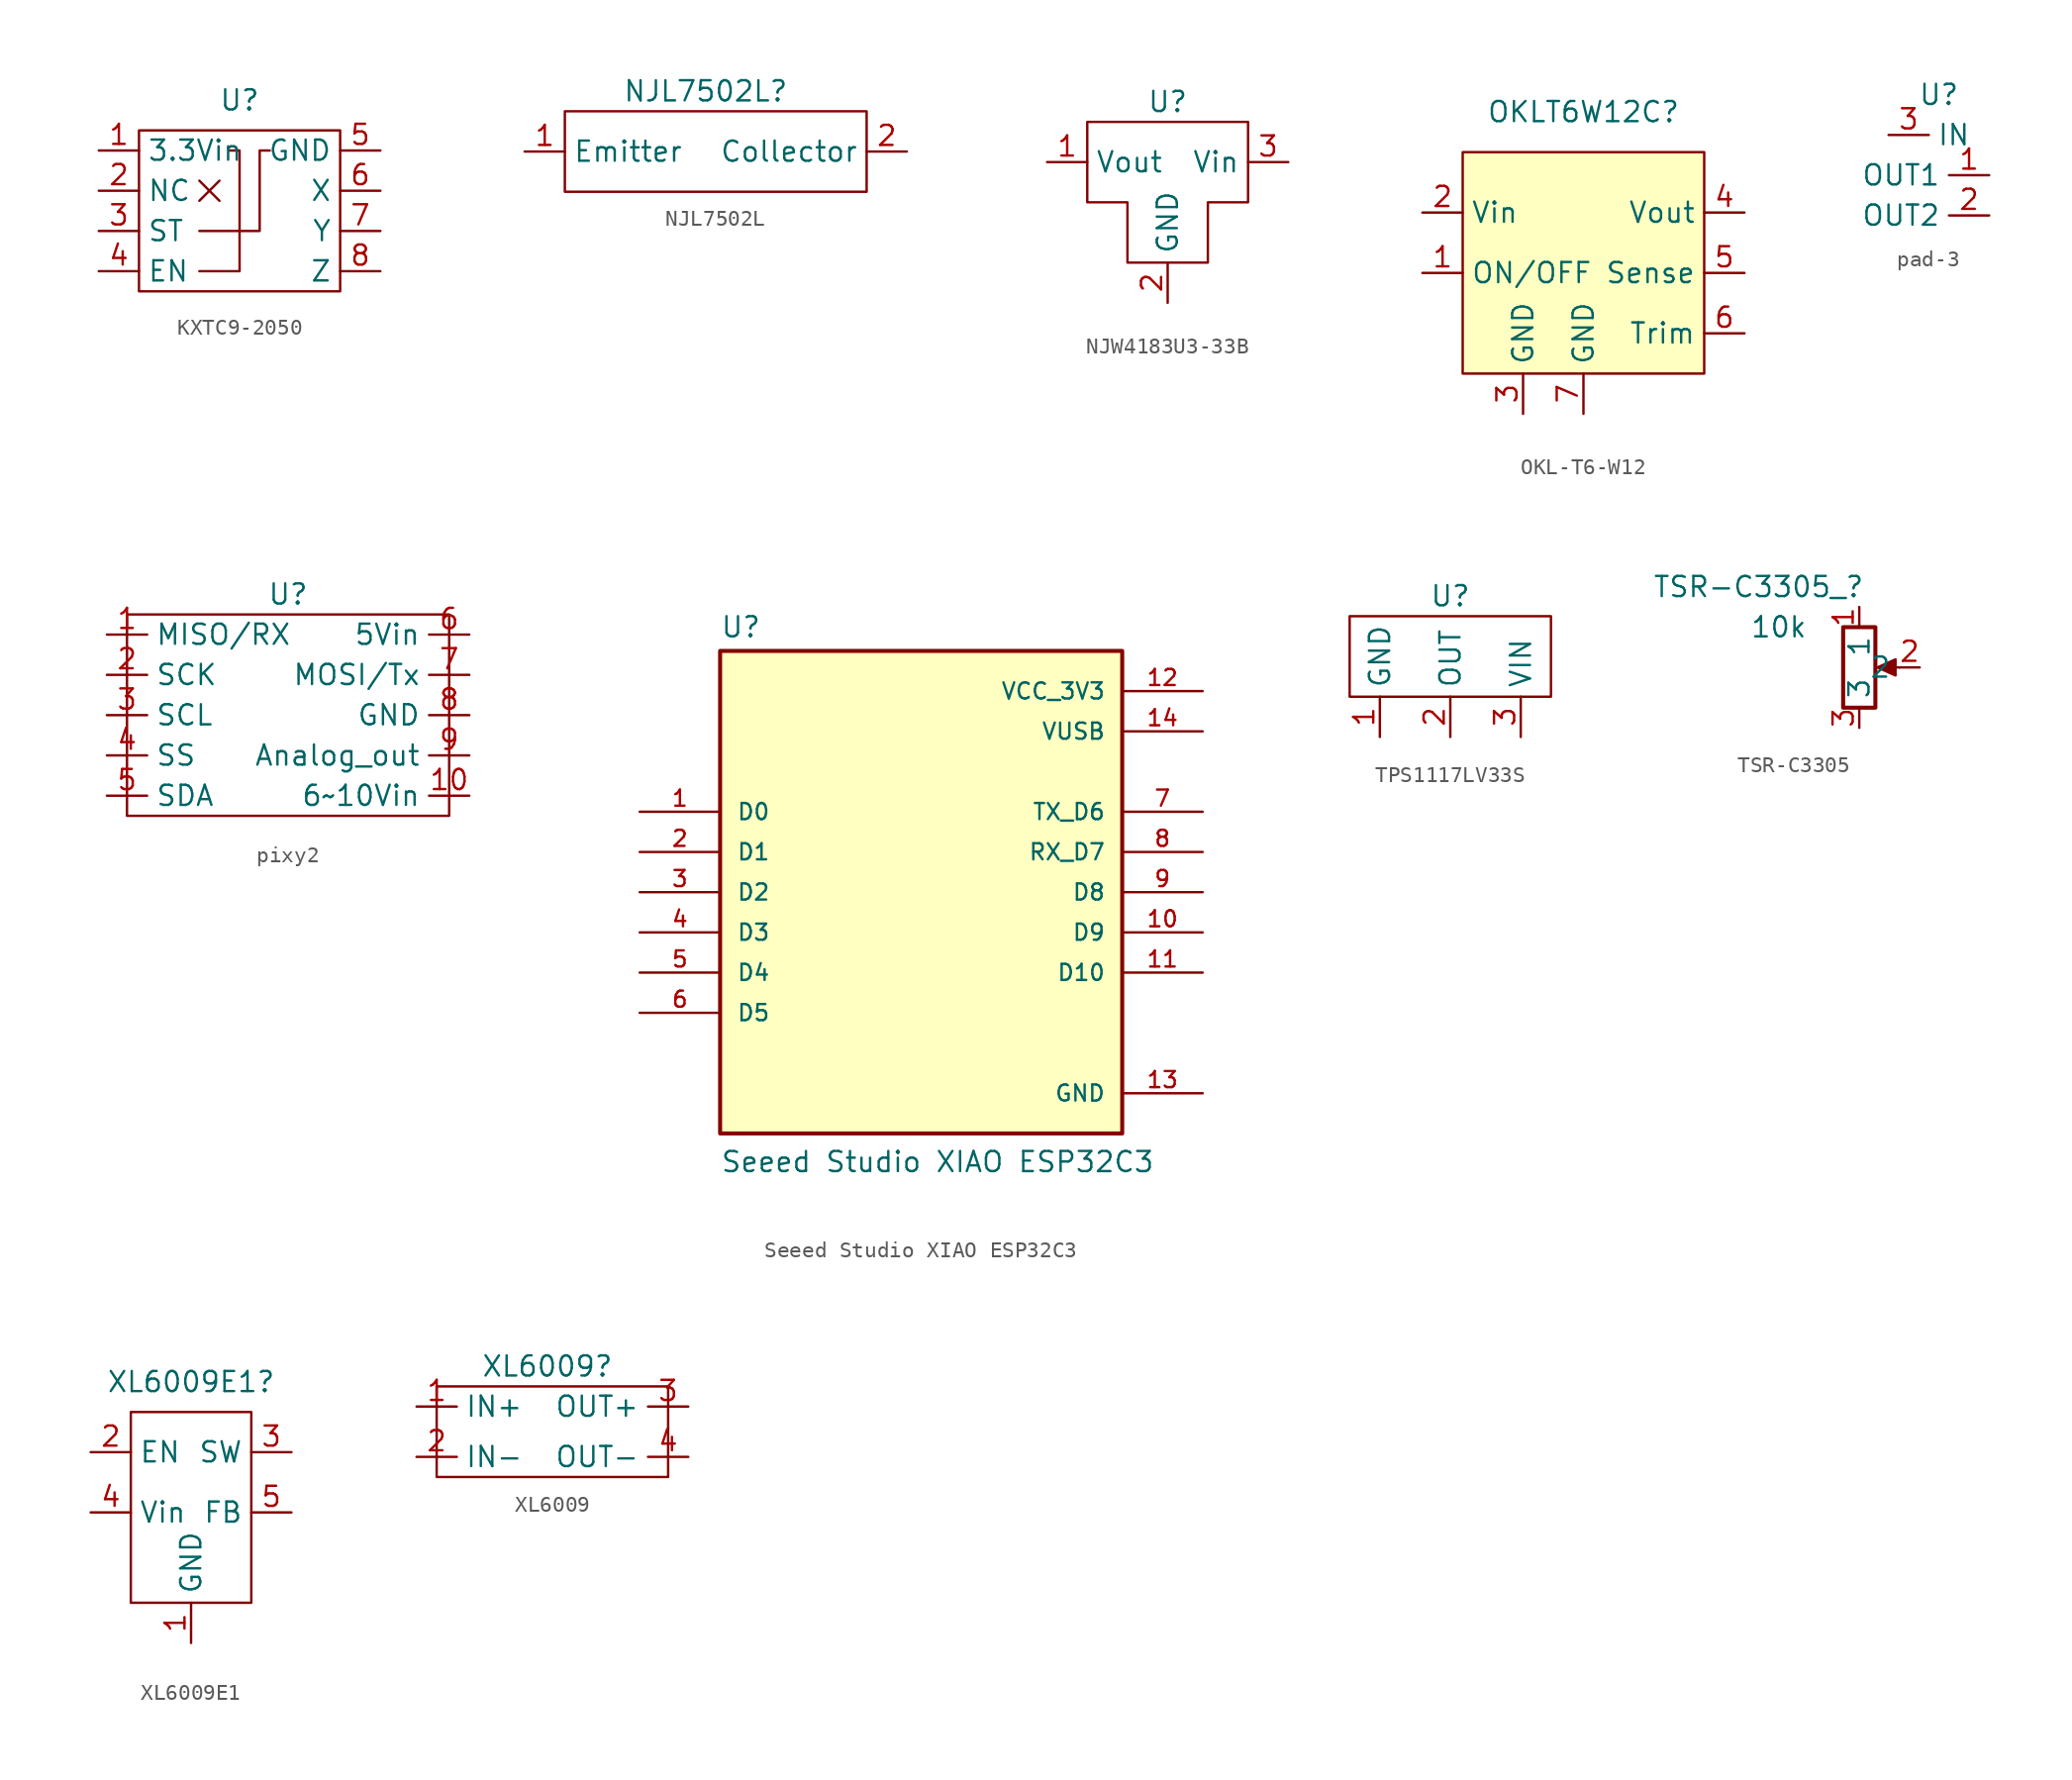
<source format=kicad_sym>
(kicad_symbol_lib
  (version 20231120)
  (generator "kicad_symbol_editor")
  (generator_version "8.0")
  (symbol "KXTC9-2050"
    (property "Reference" "U"
      (at 0 1.905 0)
      (effects (font (size 1.27 1.27))))
    (property "Value" ""
      (at 0 1.905 0)
      (effects (font (size 1.27 1.27))))
    (symbol "KXTC9-2050_0_1"
      (rectangle (start -6.35 0) (end 6.35 -10.16) (stroke (width 0) (type default)) (fill (type none)))
      (polyline (pts (xy -2.54 -4.445) (xy -1.27 -3.175)) (stroke (width 0) (type default)) (fill (type none)))
      (polyline (pts (xy -2.54 -3.175) (xy -1.27 -4.445)) (stroke (width 0) (type default)) (fill (type none)))
      (polyline (pts (xy -2.54 -8.89) (xy 0 -8.89) (xy 0 -1.27) (xy -0.635 -1.27)) (stroke (width 0) (type default)) (fill (type none)))
      (polyline (pts (xy -2.54 -6.35) (xy 1.27 -6.35) (xy 1.27 -1.27) (xy 1.905 -1.27)) (stroke (width 0) (type default)) (fill (type none))))
    (symbol "KXTC9-2050_1_1"
      (pin passive line (at -8.89 -1.27 0) (length 2.54) (name "3.3Vin" (effects (font (size 1.27 1.27)))) (number "1" (effects (font (size 1.27 1.27)))))
      (pin passive line (at -8.89 -3.81 0) (length 2.54) (name "NC" (effects (font (size 1.27 1.27)))) (number "2" (effects (font (size 1.27 1.27)))))
      (pin passive line (at -8.89 -6.35 0) (length 2.54) (name "ST" (effects (font (size 1.27 1.27)))) (number "3" (effects (font (size 1.27 1.27)))))
      (pin passive line (at -8.89 -8.89 0) (length 2.54) (name "EN" (effects (font (size 1.27 1.27)))) (number "4" (effects (font (size 1.27 1.27)))))
      (pin passive line (at 8.89 -1.27 180) (length 2.54) (name "GND" (effects (font (size 1.27 1.27)))) (number "5" (effects (font (size 1.27 1.27)))))
      (pin passive line (at 8.89 -3.81 180) (length 2.54) (name "X" (effects (font (size 1.27 1.27)))) (number "6" (effects (font (size 1.27 1.27)))))
      (pin passive line (at 8.89 -6.35 180) (length 2.54) (name "Y" (effects (font (size 1.27 1.27)))) (number "7" (effects (font (size 1.27 1.27)))))
      (pin passive line (at 8.89 -8.89 180) (length 2.54) (name "Z" (effects (font (size 1.27 1.27)))) (number "8" (effects (font (size 1.27 1.27)))))))
  (symbol "NJL7502L"
    (property "Reference" "NJL7502L"
      (at 0 3.81 0)
      (effects (font (size 1.27 1.27))))
    (property "Value" ""
      (at 0 0 0)
      (effects (font (size 1.27 1.27))))
    (symbol "NJL7502L_0_1"
      (rectangle (start -8.89 2.54) (end 10.16 -2.54) (stroke (width 0) (type default)) (fill (type none))))
    (symbol "NJL7502L_1_1"
      (pin passive line (at -11.43 0 0) (length 2.54) (name "Emitter" (effects (font (size 1.27 1.27)))) (number "1" (effects (font (size 1.27 1.27)))))
      (pin passive line (at 12.7 0 180) (length 2.54) (name "Collector" (effects (font (size 1.27 1.27)))) (number "2" (effects (font (size 1.27 1.27)))))))
  (symbol "NJW4183U3-33B"
    (property "Reference" "U"
      (at 0 1.27 0)
      (effects (font (size 1.27 1.27))))
    (property "Value" ""
      (at 0 0 0)
      (effects (font (size 1.27 1.27))))
    (symbol "NJW4183U3-33B_0_1"
      (polyline (pts (xy -5.08 0) (xy -5.08 -5.08) (xy -2.54 -5.08) (xy -2.54 -8.89) (xy 2.54 -8.89) (xy 2.54 -5.08) (xy 5.08 -5.08) (xy 5.08 0) (xy -5.08 0)) (stroke (width 0) (type default)) (fill (type none))))
    (symbol "NJW4183U3-33B_1_1"
      (pin passive line (at -7.62 -2.54 0) (length 2.54) (name "Vout" (effects (font (size 1.27 1.27)))) (number "1" (effects (font (size 1.27 1.27)))))
      (pin passive line (at 0 -11.43 90) (length 2.54) (name "GND" (effects (font (size 1.27 1.27)))) (number "2" (effects (font (size 1.27 1.27)))))
      (pin passive line (at 7.62 -2.54 180) (length 2.54) (name "Vin" (effects (font (size 1.27 1.27)))) (number "3" (effects (font (size 1.27 1.27)))))))
  (symbol "OKL-T6-W12"
    (property "Reference" "OKLT6W12C"
      (at 0 2.54 0)
      (effects (font (size 1.27 1.27))))
    (property "Value" ""
      (at 0 0 0)
      (effects (font (size 1.27 1.27))))
    (symbol "OKL-T6-W12_1_1"
      (rectangle (start -7.62 0) (end 7.62 -13.97) (stroke (width 0) (type default)) (fill (type background)))
      (pin passive line (at -10.16 -7.62 0) (length 2.54) (name "ON/OFF" (effects (font (size 1.27 1.27)))) (number "1" (effects (font (size 1.27 1.27)))))
      (pin passive line (at -10.16 -3.81 0) (length 2.54) (name "Vin" (effects (font (size 1.27 1.27)))) (number "2" (effects (font (size 1.27 1.27)))))
      (pin passive line (at -3.81 -16.51 90) (length 2.54) (name "GND" (effects (font (size 1.27 1.27)))) (number "3" (effects (font (size 1.27 1.27)))))
      (pin passive line (at 10.16 -3.81 180) (length 2.54) (name "Vout" (effects (font (size 1.27 1.27)))) (number "4" (effects (font (size 1.27 1.27)))))
      (pin passive line (at 10.16 -7.62 180) (length 2.54) (name "Sense" (effects (font (size 1.27 1.27)))) (number "5" (effects (font (size 1.27 1.27)))))
      (pin passive line (at 10.16 -11.43 180) (length 2.54) (name "Trim" (effects (font (size 1.27 1.27)))) (number "6" (effects (font (size 1.27 1.27)))))
      (pin passive line (at 0 -16.51 90) (length 2.54) (name "GND" (effects (font (size 1.27 1.27)))) (number "7" (effects (font (size 1.27 1.27)))))))
  (symbol "pad-3"
    (property "Reference" "U"
      (at 0 1.27 0)
      (effects (font (size 1.27 1.27))))
    (property "Value" ""
      (at 0 0 0)
      (effects (font (size 1.27 1.27))))
    (symbol "pad-3_1_1"
      (pin passive line (at 3.175 -3.81 180) (length 2.54) (name "OUT1" (effects (font (size 1.27 1.27)))) (number "1" (effects (font (size 1.27 1.27)))))
      (pin passive line (at 3.175 -6.35 180) (length 2.54) (name "OUT2" (effects (font (size 1.27 1.27)))) (number "2" (effects (font (size 1.27 1.27)))))
      (pin passive line (at -3.175 -1.27 0) (length 2.54) (name "IN" (effects (font (size 1.27 1.27)))) (number "3" (effects (font (size 1.27 1.27)))))))
  (symbol "pixy2"
    (property "Reference" "U"
      (at 0 1.27 0)
      (effects (font (size 1.27 1.27))))
    (property "Value" ""
      (at 0 0 0)
      (effects (font (size 1.27 1.27))))
    (symbol "pixy2_0_1"
      (rectangle (start -10.16 0) (end 10.16 -12.7) (stroke (width 0) (type default)) (fill (type none))))
    (symbol "pixy2_1_1"
      (pin passive line (at -11.43 -1.27 0) (length 2.54) (name "MISO/RX" (effects (font (size 1.27 1.27)))) (number "1" (effects (font (size 1.27 1.27)))))
      (pin passive line (at 11.43 -11.43 180) (length 2.54) (name "6~10Vin" (effects (font (size 1.27 1.27)))) (number "10" (effects (font (size 1.27 1.27)))))
      (pin passive line (at -11.43 -3.81 0) (length 2.54) (name "SCK" (effects (font (size 1.27 1.27)))) (number "2" (effects (font (size 1.27 1.27)))))
      (pin passive line (at -11.43 -6.35 0) (length 2.54) (name "SCL" (effects (font (size 1.27 1.27)))) (number "3" (effects (font (size 1.27 1.27)))))
      (pin passive line (at -11.43 -8.89 0) (length 2.54) (name "SS" (effects (font (size 1.27 1.27)))) (number "4" (effects (font (size 1.27 1.27)))))
      (pin passive line (at -11.43 -11.43 0) (length 2.54) (name "SDA" (effects (font (size 1.27 1.27)))) (number "5" (effects (font (size 1.27 1.27)))))
      (pin passive line (at 11.43 -1.27 180) (length 2.54) (name "5Vin" (effects (font (size 1.27 1.27)))) (number "6" (effects (font (size 1.27 1.27)))))
      (pin passive line (at 11.43 -3.81 180) (length 2.54) (name "MOSI/Tx" (effects (font (size 1.27 1.27)))) (number "7" (effects (font (size 1.27 1.27)))))
      (pin passive line (at 11.43 -6.35 180) (length 2.54) (name "GND" (effects (font (size 1.27 1.27)))) (number "8" (effects (font (size 1.27 1.27)))))
      (pin passive line (at 11.43 -8.89 180) (length 2.54) (name "Analog_out" (effects (font (size 1.27 1.27)))) (number "9" (effects (font (size 1.27 1.27)))))))
  (symbol "Seeed Studio XIAO ESP32C3"
    (pin_names
      (offset 1.016))
    (property "Reference" "U"
      (at -12.7 16.002 0)
      (effects (font (size 1.27 1.27)) (justify left bottom)))
    (property "Value" "Seeed Studio XIAO ESP32C3"
      (at -12.7 -17.78 0)
      (effects (font (size 1.27 1.27)) (justify left bottom)))
    (symbol "Seeed Studio XIAO ESP32C3_0_0"
      (rectangle (start -12.7 -15.24) (end 12.7 15.24) (stroke (width 0.254) (type default)) (fill (type background)))
      (pin bidirectional line (at -17.78 5.08 0) (length 5.08) (name "D0" (effects (font (size 1.016 1.016)))) (number "1" (effects (font (size 1.016 1.016)))))
      (pin bidirectional line (at 17.78 -2.54 180) (length 5.08) (name "D9" (effects (font (size 1.016 1.016)))) (number "10" (effects (font (size 1.016 1.016)))))
      (pin bidirectional line (at 17.78 -5.08 180) (length 5.08) (name "D10" (effects (font (size 1.016 1.016)))) (number "11" (effects (font (size 1.016 1.016)))))
      (pin power_in line (at 17.78 12.7 180) (length 5.08) (name "VCC_3V3" (effects (font (size 1.016 1.016)))) (number "12" (effects (font (size 1.016 1.016)))))
      (pin power_in line (at 17.78 -12.7 180) (length 5.08) (name "GND" (effects (font (size 1.016 1.016)))) (number "13" (effects (font (size 1.016 1.016)))))
      (pin power_in line (at 17.78 10.16 180) (length 5.08) (name "VUSB" (effects (font (size 1.016 1.016)))) (number "14" (effects (font (size 1.016 1.016)))))
      (pin bidirectional line (at -17.78 2.54 0) (length 5.08) (name "D1" (effects (font (size 1.016 1.016)))) (number "2" (effects (font (size 1.016 1.016)))))
      (pin bidirectional line (at -17.78 0 0) (length 5.08) (name "D2" (effects (font (size 1.016 1.016)))) (number "3" (effects (font (size 1.016 1.016)))))
      (pin bidirectional line (at -17.78 -2.54 0) (length 5.08) (name "D3" (effects (font (size 1.016 1.016)))) (number "4" (effects (font (size 1.016 1.016)))))
      (pin bidirectional line (at -17.78 -5.08 0) (length 5.08) (name "D4" (effects (font (size 1.016 1.016)))) (number "5" (effects (font (size 1.016 1.016)))))
      (pin bidirectional line (at -17.78 -7.62 0) (length 5.08) (name "D5" (effects (font (size 1.016 1.016)))) (number "6" (effects (font (size 1.016 1.016)))))
      (pin bidirectional line (at 17.78 5.08 180) (length 5.08) (name "TX_D6" (effects (font (size 1.016 1.016)))) (number "7" (effects (font (size 1.016 1.016)))))
      (pin bidirectional line (at 17.78 2.54 180) (length 5.08) (name "RX_D7" (effects (font (size 1.016 1.016)))) (number "8" (effects (font (size 1.016 1.016)))))
      (pin bidirectional line (at 17.78 0 180) (length 5.08) (name "D8" (effects (font (size 1.016 1.016)))) (number "9" (effects (font (size 1.016 1.016)))))))
  (symbol "TPS1117LV33S"
    (property "Reference" "U"
      (at 0 4.445 0)
      (effects (font (size 1.27 1.27))))
    (property "Value" ""
      (at 0 5.715 0)
      (effects (font (size 1.27 1.27))))
    (symbol "TPS1117LV33S_0_1"
      (rectangle (start -6.35 3.175) (end 6.35 -1.905) (stroke (width 0) (type default)) (fill (type none))))
    (symbol "TPS1117LV33S_1_1"
      (pin passive line (at -4.445 -4.445 90) (length 2.54) (name "GND" (effects (font (size 1.27 1.27)))) (number "1" (effects (font (size 1.27 1.27)))))
      (pin passive line (at 0 -4.445 90) (length 2.54) (name "OUT" (effects (font (size 1.27 1.27)))) (number "2" (effects (font (size 1.27 1.27)))))
      (pin passive line (at 4.445 -4.445 90) (length 2.54) (name "VIN" (effects (font (size 1.27 1.27)))) (number "3" (effects (font (size 1.27 1.27)))))))
  (symbol "TSR-C3305"
    (property "Reference" "TSR-C3305_"
      (at -6.35 -1.27 0)
      (effects (font (size 1.27 1.27))))
    (property "Value" "10k"
      (at -5.08 -3.81 0)
      (effects (font (size 1.27 1.27))))
    (symbol "TSR-C3305_0_1"
      (rectangle (start -1.016 -3.81) (end 1.016 -8.89) (stroke (width 0.254) (type default)) (fill (type none)))
      (polyline (pts (xy 2.54 -6.35) (xy 1.524 -6.35)) (stroke (width 0) (type default)) (fill (type none)))
      (polyline (pts (xy 1.143 -6.35) (xy 2.286 -5.842) (xy 2.286 -6.858) (xy 1.143 -6.35)) (stroke (width 0) (type default)) (fill (type outline))))
    (symbol "TSR-C3305_1_1"
      (pin passive line (at 0 -2.54 270) (length 1.27) (name "1" (effects (font (size 1.27 1.27)))) (number "1" (effects (font (size 1.27 1.27)))))
      (pin passive line (at 3.81 -6.35 180) (length 1.27) (name "2" (effects (font (size 1.27 1.27)))) (number "2" (effects (font (size 1.27 1.27)))))
      (pin passive line (at 0 -10.16 90) (length 1.27) (name "3" (effects (font (size 1.27 1.27)))) (number "3" (effects (font (size 1.27 1.27)))))))
  (symbol "XL6009E1"
    (property "Reference" "XL6009E1"
      (at 0 0.635 0)
      (effects (font (size 1.27 1.27))))
    (property "Value" ""
      (at 0 0 0)
      (effects (font (size 1.27 1.27))))
    (symbol "XL6009E1_0_1"
      (rectangle (start -3.81 -1.27) (end 3.81 -13.335) (stroke (width 0) (type default)) (fill (type none))))
    (symbol "XL6009E1_1_1"
      (pin passive line (at 0 -15.875 90) (length 2.54) (name "GND" (effects (font (size 1.27 1.27)))) (number "1" (effects (font (size 1.27 1.27)))))
      (pin passive line (at -6.35 -3.81 0) (length 2.54) (name "EN" (effects (font (size 1.27 1.27)))) (number "2" (effects (font (size 1.27 1.27)))))
      (pin passive line (at 6.35 -3.81 180) (length 2.54) (name "SW" (effects (font (size 1.27 1.27)))) (number "3" (effects (font (size 1.27 1.27)))))
      (pin passive line (at -6.35 -7.62 0) (length 2.54) (name "Vin" (effects (font (size 1.27 1.27)))) (number "4" (effects (font (size 1.27 1.27)))))
      (pin passive line (at 6.35 -7.62 180) (length 2.54) (name "FB" (effects (font (size 1.27 1.27)))) (number "5" (effects (font (size 1.27 1.27)))))))
  (symbol "XL6009"
    (property "Reference" "XL6009"
      (at 0 1.27 0)
      (effects (font (size 1.27 1.27))))
    (property "Value" ""
      (at -0.635 0 0)
      (effects (font (size 1.27 1.27))))
    (symbol "XL6009_0_1"
      (rectangle (start -6.985 0) (end 7.62 -5.715) (stroke (width 0) (type default)) (fill (type none))))
    (symbol "XL6009_1_1"
      (pin passive line (at -8.255 -1.27 0) (length 2.54) (name "IN+" (effects (font (size 1.27 1.27)))) (number "1" (effects (font (size 1.27 1.27)))))
      (pin passive line (at -8.255 -4.445 0) (length 2.54) (name "IN-" (effects (font (size 1.27 1.27)))) (number "2" (effects (font (size 1.27 1.27)))))
      (pin passive line (at 8.89 -1.27 180) (length 2.54) (name "OUT+" (effects (font (size 1.27 1.27)))) (number "3" (effects (font (size 1.27 1.27)))))
      (pin passive line (at 8.89 -4.445 180) (length 2.54) (name "OUT-" (effects (font (size 1.27 1.27)))) (number "4" (effects (font (size 1.27 1.27))))))))
</source>
